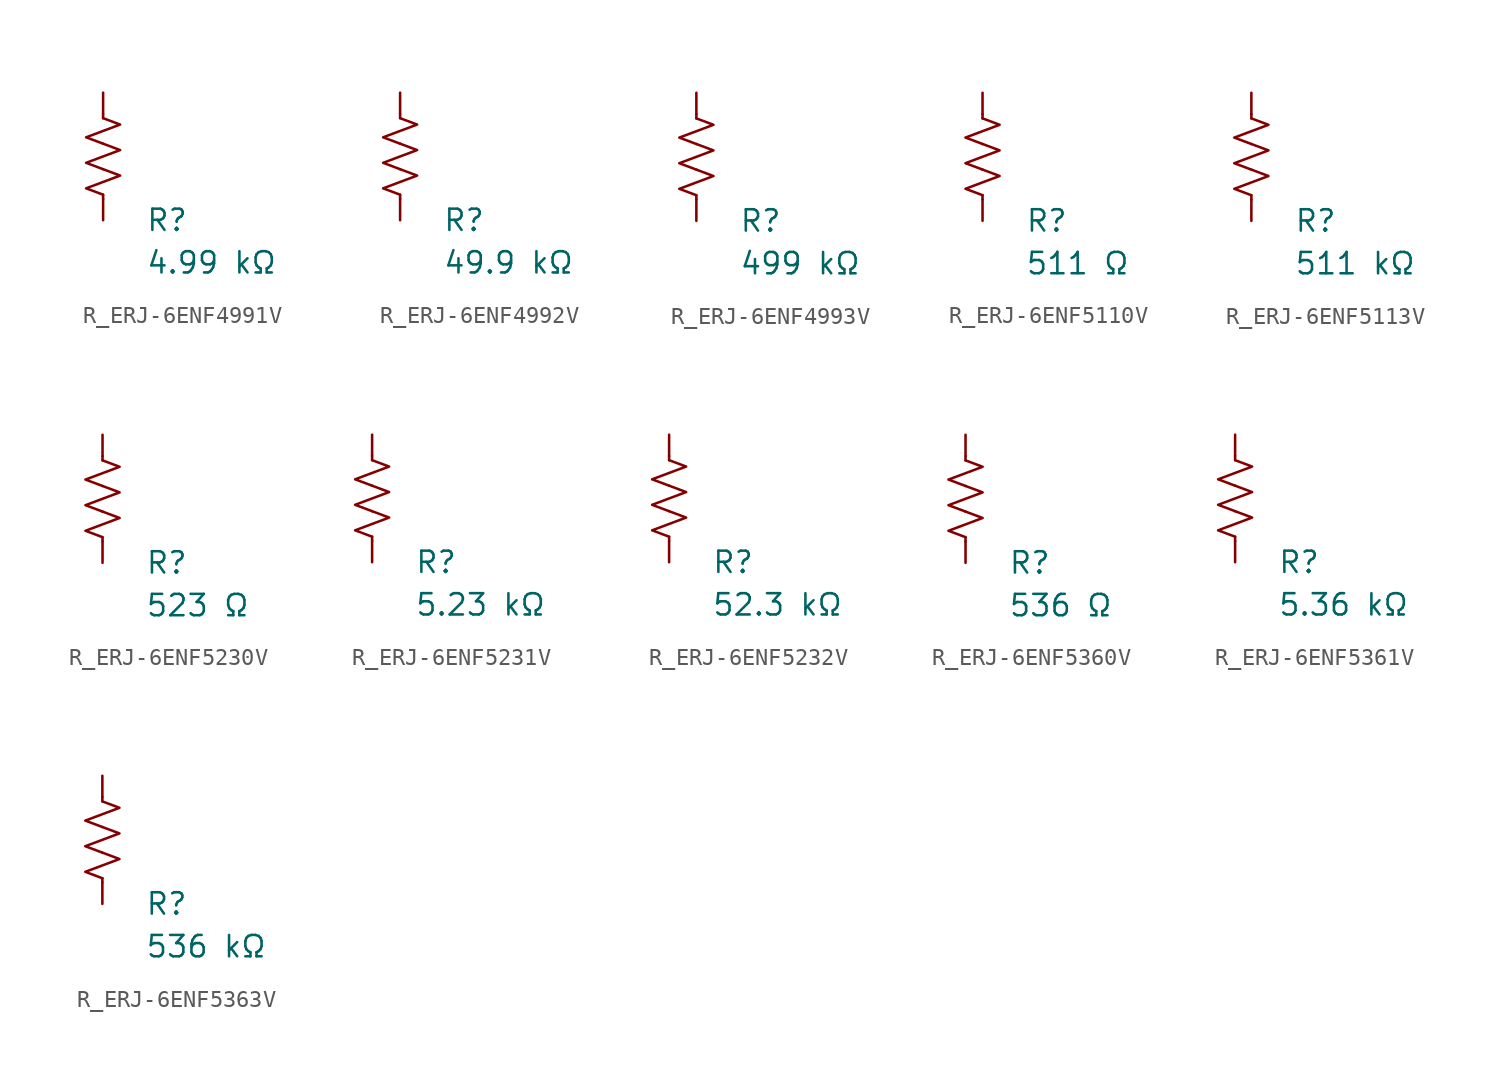
<source format=kicad_sym>
(kicad_symbol_lib
  (version 20231120)
  (generator "kicad_symbol_editor")
  (generator_version "8.0")
  (symbol "R_ERJ-6ENF4991V"
    (pin_numbers hide)
    (pin_names
      (offset 0))
    (property "Reference" "R"
      (at 2.54 -3.81 0)
      (effects (font (size 1.27 1.27)) (justify left))
      (show_name no))
    (property "Value" "4.99 kΩ"
      (at 2.54 -6.35 0)
      (effects (font (size 1.27 1.27)) (justify left))
      (show_name no))
    (symbol "R_ERJ-6ENF4991V_0_1"
      (polyline (pts (xy 0 -2.286) (xy 0 -2.54)) (stroke (width 0) (type default)) (fill (type none)))
      (polyline (pts (xy 0 2.286) (xy 0 2.54)) (stroke (width 0) (type default)) (fill (type none)))
      (polyline (pts (xy 0 -0.762) (xy 1.016 -1.143) (xy 0 -1.524) (xy -1.016 -1.905) (xy 0 -2.286)) (stroke (width 0) (type default)) (fill (type none)))
      (polyline (pts (xy 0 0.762) (xy 1.016 0.381) (xy 0 0) (xy -1.016 -0.381) (xy 0 -0.762)) (stroke (width 0) (type default)) (fill (type none)))
      (polyline (pts (xy 0 2.286) (xy 1.016 1.905) (xy 0 1.524) (xy -1.016 1.143) (xy 0 0.762)) (stroke (width 0) (type default)) (fill (type none))))
    (symbol "R_ERJ-6ENF4991V_1_1"
      (pin passive line (at 0 3.81 270) (length 1.27) (name "~" (effects (font (size 1.27 1.27)))) (number "1" (effects (font (size 1.27 1.27)))))
      (pin passive line (at 0 -3.81 90) (length 1.27) (name "~" (effects (font (size 1.27 1.27)))) (number "2" (effects (font (size 1.27 1.27)))))))
  (symbol "R_ERJ-6ENF4992V"
    (pin_numbers hide)
    (pin_names
      (offset 0))
    (property "Reference" "R"
      (at 2.54 -3.81 0)
      (effects (font (size 1.27 1.27)) (justify left))
      (show_name no))
    (property "Value" "49.9 kΩ"
      (at 2.54 -6.35 0)
      (effects (font (size 1.27 1.27)) (justify left))
      (show_name no))
    (symbol "R_ERJ-6ENF4992V_0_1"
      (polyline (pts (xy 0 -2.286) (xy 0 -2.54)) (stroke (width 0) (type default)) (fill (type none)))
      (polyline (pts (xy 0 2.286) (xy 0 2.54)) (stroke (width 0) (type default)) (fill (type none)))
      (polyline (pts (xy 0 -0.762) (xy 1.016 -1.143) (xy 0 -1.524) (xy -1.016 -1.905) (xy 0 -2.286)) (stroke (width 0) (type default)) (fill (type none)))
      (polyline (pts (xy 0 0.762) (xy 1.016 0.381) (xy 0 0) (xy -1.016 -0.381) (xy 0 -0.762)) (stroke (width 0) (type default)) (fill (type none)))
      (polyline (pts (xy 0 2.286) (xy 1.016 1.905) (xy 0 1.524) (xy -1.016 1.143) (xy 0 0.762)) (stroke (width 0) (type default)) (fill (type none))))
    (symbol "R_ERJ-6ENF4992V_1_1"
      (pin passive line (at 0 3.81 270) (length 1.27) (name "~" (effects (font (size 1.27 1.27)))) (number "1" (effects (font (size 1.27 1.27)))))
      (pin passive line (at 0 -3.81 90) (length 1.27) (name "~" (effects (font (size 1.27 1.27)))) (number "2" (effects (font (size 1.27 1.27)))))))
  (symbol "R_ERJ-6ENF4993V"
    (pin_numbers hide)
    (pin_names
      (offset 0))
    (property "Reference" "R"
      (at 2.54 -3.81 0)
      (effects (font (size 1.27 1.27)) (justify left))
      (show_name no))
    (property "Value" "499 kΩ"
      (at 2.54 -6.35 0)
      (effects (font (size 1.27 1.27)) (justify left))
      (show_name no))
    (symbol "R_ERJ-6ENF4993V_0_1"
      (polyline (pts (xy 0 -2.286) (xy 0 -2.54)) (stroke (width 0) (type default)) (fill (type none)))
      (polyline (pts (xy 0 2.286) (xy 0 2.54)) (stroke (width 0) (type default)) (fill (type none)))
      (polyline (pts (xy 0 -0.762) (xy 1.016 -1.143) (xy 0 -1.524) (xy -1.016 -1.905) (xy 0 -2.286)) (stroke (width 0) (type default)) (fill (type none)))
      (polyline (pts (xy 0 0.762) (xy 1.016 0.381) (xy 0 0) (xy -1.016 -0.381) (xy 0 -0.762)) (stroke (width 0) (type default)) (fill (type none)))
      (polyline (pts (xy 0 2.286) (xy 1.016 1.905) (xy 0 1.524) (xy -1.016 1.143) (xy 0 0.762)) (stroke (width 0) (type default)) (fill (type none))))
    (symbol "R_ERJ-6ENF4993V_1_1"
      (pin passive line (at 0 3.81 270) (length 1.27) (name "~" (effects (font (size 1.27 1.27)))) (number "1" (effects (font (size 1.27 1.27)))))
      (pin passive line (at 0 -3.81 90) (length 1.27) (name "~" (effects (font (size 1.27 1.27)))) (number "2" (effects (font (size 1.27 1.27)))))))
  (symbol "R_ERJ-6ENF5110V"
    (pin_numbers hide)
    (pin_names
      (offset 0))
    (property "Reference" "R"
      (at 2.54 -3.81 0)
      (effects (font (size 1.27 1.27)) (justify left))
      (show_name no))
    (property "Value" "511 Ω"
      (at 2.54 -6.35 0)
      (effects (font (size 1.27 1.27)) (justify left))
      (show_name no))
    (symbol "R_ERJ-6ENF5110V_0_1"
      (polyline (pts (xy 0 -2.286) (xy 0 -2.54)) (stroke (width 0) (type default)) (fill (type none)))
      (polyline (pts (xy 0 2.286) (xy 0 2.54)) (stroke (width 0) (type default)) (fill (type none)))
      (polyline (pts (xy 0 -0.762) (xy 1.016 -1.143) (xy 0 -1.524) (xy -1.016 -1.905) (xy 0 -2.286)) (stroke (width 0) (type default)) (fill (type none)))
      (polyline (pts (xy 0 0.762) (xy 1.016 0.381) (xy 0 0) (xy -1.016 -0.381) (xy 0 -0.762)) (stroke (width 0) (type default)) (fill (type none)))
      (polyline (pts (xy 0 2.286) (xy 1.016 1.905) (xy 0 1.524) (xy -1.016 1.143) (xy 0 0.762)) (stroke (width 0) (type default)) (fill (type none))))
    (symbol "R_ERJ-6ENF5110V_1_1"
      (pin passive line (at 0 3.81 270) (length 1.27) (name "~" (effects (font (size 1.27 1.27)))) (number "1" (effects (font (size 1.27 1.27)))))
      (pin passive line (at 0 -3.81 90) (length 1.27) (name "~" (effects (font (size 1.27 1.27)))) (number "2" (effects (font (size 1.27 1.27)))))))
  (symbol "R_ERJ-6ENF5113V"
    (pin_numbers hide)
    (pin_names
      (offset 0))
    (property "Reference" "R"
      (at 2.54 -3.81 0)
      (effects (font (size 1.27 1.27)) (justify left))
      (show_name no))
    (property "Value" "511 kΩ"
      (at 2.54 -6.35 0)
      (effects (font (size 1.27 1.27)) (justify left))
      (show_name no))
    (symbol "R_ERJ-6ENF5113V_0_1"
      (polyline (pts (xy 0 -2.286) (xy 0 -2.54)) (stroke (width 0) (type default)) (fill (type none)))
      (polyline (pts (xy 0 2.286) (xy 0 2.54)) (stroke (width 0) (type default)) (fill (type none)))
      (polyline (pts (xy 0 -0.762) (xy 1.016 -1.143) (xy 0 -1.524) (xy -1.016 -1.905) (xy 0 -2.286)) (stroke (width 0) (type default)) (fill (type none)))
      (polyline (pts (xy 0 0.762) (xy 1.016 0.381) (xy 0 0) (xy -1.016 -0.381) (xy 0 -0.762)) (stroke (width 0) (type default)) (fill (type none)))
      (polyline (pts (xy 0 2.286) (xy 1.016 1.905) (xy 0 1.524) (xy -1.016 1.143) (xy 0 0.762)) (stroke (width 0) (type default)) (fill (type none))))
    (symbol "R_ERJ-6ENF5113V_1_1"
      (pin passive line (at 0 3.81 270) (length 1.27) (name "~" (effects (font (size 1.27 1.27)))) (number "1" (effects (font (size 1.27 1.27)))))
      (pin passive line (at 0 -3.81 90) (length 1.27) (name "~" (effects (font (size 1.27 1.27)))) (number "2" (effects (font (size 1.27 1.27)))))))
  (symbol "R_ERJ-6ENF5230V"
    (pin_numbers hide)
    (pin_names
      (offset 0))
    (property "Reference" "R"
      (at 2.54 -3.81 0)
      (effects (font (size 1.27 1.27)) (justify left))
      (show_name no))
    (property "Value" "523 Ω"
      (at 2.54 -6.35 0)
      (effects (font (size 1.27 1.27)) (justify left))
      (show_name no))
    (symbol "R_ERJ-6ENF5230V_0_1"
      (polyline (pts (xy 0 -2.286) (xy 0 -2.54)) (stroke (width 0) (type default)) (fill (type none)))
      (polyline (pts (xy 0 2.286) (xy 0 2.54)) (stroke (width 0) (type default)) (fill (type none)))
      (polyline (pts (xy 0 -0.762) (xy 1.016 -1.143) (xy 0 -1.524) (xy -1.016 -1.905) (xy 0 -2.286)) (stroke (width 0) (type default)) (fill (type none)))
      (polyline (pts (xy 0 0.762) (xy 1.016 0.381) (xy 0 0) (xy -1.016 -0.381) (xy 0 -0.762)) (stroke (width 0) (type default)) (fill (type none)))
      (polyline (pts (xy 0 2.286) (xy 1.016 1.905) (xy 0 1.524) (xy -1.016 1.143) (xy 0 0.762)) (stroke (width 0) (type default)) (fill (type none))))
    (symbol "R_ERJ-6ENF5230V_1_1"
      (pin passive line (at 0 3.81 270) (length 1.27) (name "~" (effects (font (size 1.27 1.27)))) (number "1" (effects (font (size 1.27 1.27)))))
      (pin passive line (at 0 -3.81 90) (length 1.27) (name "~" (effects (font (size 1.27 1.27)))) (number "2" (effects (font (size 1.27 1.27)))))))
  (symbol "R_ERJ-6ENF5231V"
    (pin_numbers hide)
    (pin_names
      (offset 0))
    (property "Reference" "R"
      (at 2.54 -3.81 0)
      (effects (font (size 1.27 1.27)) (justify left))
      (show_name no))
    (property "Value" "5.23 kΩ"
      (at 2.54 -6.35 0)
      (effects (font (size 1.27 1.27)) (justify left))
      (show_name no))
    (symbol "R_ERJ-6ENF5231V_0_1"
      (polyline (pts (xy 0 -2.286) (xy 0 -2.54)) (stroke (width 0) (type default)) (fill (type none)))
      (polyline (pts (xy 0 2.286) (xy 0 2.54)) (stroke (width 0) (type default)) (fill (type none)))
      (polyline (pts (xy 0 -0.762) (xy 1.016 -1.143) (xy 0 -1.524) (xy -1.016 -1.905) (xy 0 -2.286)) (stroke (width 0) (type default)) (fill (type none)))
      (polyline (pts (xy 0 0.762) (xy 1.016 0.381) (xy 0 0) (xy -1.016 -0.381) (xy 0 -0.762)) (stroke (width 0) (type default)) (fill (type none)))
      (polyline (pts (xy 0 2.286) (xy 1.016 1.905) (xy 0 1.524) (xy -1.016 1.143) (xy 0 0.762)) (stroke (width 0) (type default)) (fill (type none))))
    (symbol "R_ERJ-6ENF5231V_1_1"
      (pin passive line (at 0 3.81 270) (length 1.27) (name "~" (effects (font (size 1.27 1.27)))) (number "1" (effects (font (size 1.27 1.27)))))
      (pin passive line (at 0 -3.81 90) (length 1.27) (name "~" (effects (font (size 1.27 1.27)))) (number "2" (effects (font (size 1.27 1.27)))))))
  (symbol "R_ERJ-6ENF5232V"
    (pin_numbers hide)
    (pin_names
      (offset 0))
    (property "Reference" "R"
      (at 2.54 -3.81 0)
      (effects (font (size 1.27 1.27)) (justify left))
      (show_name no))
    (property "Value" "52.3 kΩ"
      (at 2.54 -6.35 0)
      (effects (font (size 1.27 1.27)) (justify left))
      (show_name no))
    (symbol "R_ERJ-6ENF5232V_0_1"
      (polyline (pts (xy 0 -2.286) (xy 0 -2.54)) (stroke (width 0) (type default)) (fill (type none)))
      (polyline (pts (xy 0 2.286) (xy 0 2.54)) (stroke (width 0) (type default)) (fill (type none)))
      (polyline (pts (xy 0 -0.762) (xy 1.016 -1.143) (xy 0 -1.524) (xy -1.016 -1.905) (xy 0 -2.286)) (stroke (width 0) (type default)) (fill (type none)))
      (polyline (pts (xy 0 0.762) (xy 1.016 0.381) (xy 0 0) (xy -1.016 -0.381) (xy 0 -0.762)) (stroke (width 0) (type default)) (fill (type none)))
      (polyline (pts (xy 0 2.286) (xy 1.016 1.905) (xy 0 1.524) (xy -1.016 1.143) (xy 0 0.762)) (stroke (width 0) (type default)) (fill (type none))))
    (symbol "R_ERJ-6ENF5232V_1_1"
      (pin passive line (at 0 3.81 270) (length 1.27) (name "~" (effects (font (size 1.27 1.27)))) (number "1" (effects (font (size 1.27 1.27)))))
      (pin passive line (at 0 -3.81 90) (length 1.27) (name "~" (effects (font (size 1.27 1.27)))) (number "2" (effects (font (size 1.27 1.27)))))))
  (symbol "R_ERJ-6ENF5360V"
    (pin_numbers hide)
    (pin_names
      (offset 0))
    (property "Reference" "R"
      (at 2.54 -3.81 0)
      (effects (font (size 1.27 1.27)) (justify left))
      (show_name no))
    (property "Value" "536 Ω"
      (at 2.54 -6.35 0)
      (effects (font (size 1.27 1.27)) (justify left))
      (show_name no))
    (symbol "R_ERJ-6ENF5360V_0_1"
      (polyline (pts (xy 0 -2.286) (xy 0 -2.54)) (stroke (width 0) (type default)) (fill (type none)))
      (polyline (pts (xy 0 2.286) (xy 0 2.54)) (stroke (width 0) (type default)) (fill (type none)))
      (polyline (pts (xy 0 -0.762) (xy 1.016 -1.143) (xy 0 -1.524) (xy -1.016 -1.905) (xy 0 -2.286)) (stroke (width 0) (type default)) (fill (type none)))
      (polyline (pts (xy 0 0.762) (xy 1.016 0.381) (xy 0 0) (xy -1.016 -0.381) (xy 0 -0.762)) (stroke (width 0) (type default)) (fill (type none)))
      (polyline (pts (xy 0 2.286) (xy 1.016 1.905) (xy 0 1.524) (xy -1.016 1.143) (xy 0 0.762)) (stroke (width 0) (type default)) (fill (type none))))
    (symbol "R_ERJ-6ENF5360V_1_1"
      (pin passive line (at 0 3.81 270) (length 1.27) (name "~" (effects (font (size 1.27 1.27)))) (number "1" (effects (font (size 1.27 1.27)))))
      (pin passive line (at 0 -3.81 90) (length 1.27) (name "~" (effects (font (size 1.27 1.27)))) (number "2" (effects (font (size 1.27 1.27)))))))
  (symbol "R_ERJ-6ENF5361V"
    (pin_numbers hide)
    (pin_names
      (offset 0))
    (property "Reference" "R"
      (at 2.54 -3.81 0)
      (effects (font (size 1.27 1.27)) (justify left))
      (show_name no))
    (property "Value" "5.36 kΩ"
      (at 2.54 -6.35 0)
      (effects (font (size 1.27 1.27)) (justify left))
      (show_name no))
    (symbol "R_ERJ-6ENF5361V_0_1"
      (polyline (pts (xy 0 -2.286) (xy 0 -2.54)) (stroke (width 0) (type default)) (fill (type none)))
      (polyline (pts (xy 0 2.286) (xy 0 2.54)) (stroke (width 0) (type default)) (fill (type none)))
      (polyline (pts (xy 0 -0.762) (xy 1.016 -1.143) (xy 0 -1.524) (xy -1.016 -1.905) (xy 0 -2.286)) (stroke (width 0) (type default)) (fill (type none)))
      (polyline (pts (xy 0 0.762) (xy 1.016 0.381) (xy 0 0) (xy -1.016 -0.381) (xy 0 -0.762)) (stroke (width 0) (type default)) (fill (type none)))
      (polyline (pts (xy 0 2.286) (xy 1.016 1.905) (xy 0 1.524) (xy -1.016 1.143) (xy 0 0.762)) (stroke (width 0) (type default)) (fill (type none))))
    (symbol "R_ERJ-6ENF5361V_1_1"
      (pin passive line (at 0 3.81 270) (length 1.27) (name "~" (effects (font (size 1.27 1.27)))) (number "1" (effects (font (size 1.27 1.27)))))
      (pin passive line (at 0 -3.81 90) (length 1.27) (name "~" (effects (font (size 1.27 1.27)))) (number "2" (effects (font (size 1.27 1.27)))))))
  (symbol "R_ERJ-6ENF5363V"
    (pin_numbers hide)
    (pin_names
      (offset 0))
    (property "Reference" "R"
      (at 2.54 -3.81 0)
      (effects (font (size 1.27 1.27)) (justify left))
      (show_name no))
    (property "Value" "536 kΩ"
      (at 2.54 -6.35 0)
      (effects (font (size 1.27 1.27)) (justify left))
      (show_name no))
    (symbol "R_ERJ-6ENF5363V_0_1"
      (polyline (pts (xy 0 -2.286) (xy 0 -2.54)) (stroke (width 0) (type default)) (fill (type none)))
      (polyline (pts (xy 0 2.286) (xy 0 2.54)) (stroke (width 0) (type default)) (fill (type none)))
      (polyline (pts (xy 0 -0.762) (xy 1.016 -1.143) (xy 0 -1.524) (xy -1.016 -1.905) (xy 0 -2.286)) (stroke (width 0) (type default)) (fill (type none)))
      (polyline (pts (xy 0 0.762) (xy 1.016 0.381) (xy 0 0) (xy -1.016 -0.381) (xy 0 -0.762)) (stroke (width 0) (type default)) (fill (type none)))
      (polyline (pts (xy 0 2.286) (xy 1.016 1.905) (xy 0 1.524) (xy -1.016 1.143) (xy 0 0.762)) (stroke (width 0) (type default)) (fill (type none))))
    (symbol "R_ERJ-6ENF5363V_1_1"
      (pin passive line (at 0 3.81 270) (length 1.27) (name "~" (effects (font (size 1.27 1.27)))) (number "1" (effects (font (size 1.27 1.27)))))
      (pin passive line (at 0 -3.81 90) (length 1.27) (name "~" (effects (font (size 1.27 1.27)))) (number "2" (effects (font (size 1.27 1.27))))))))
</source>
